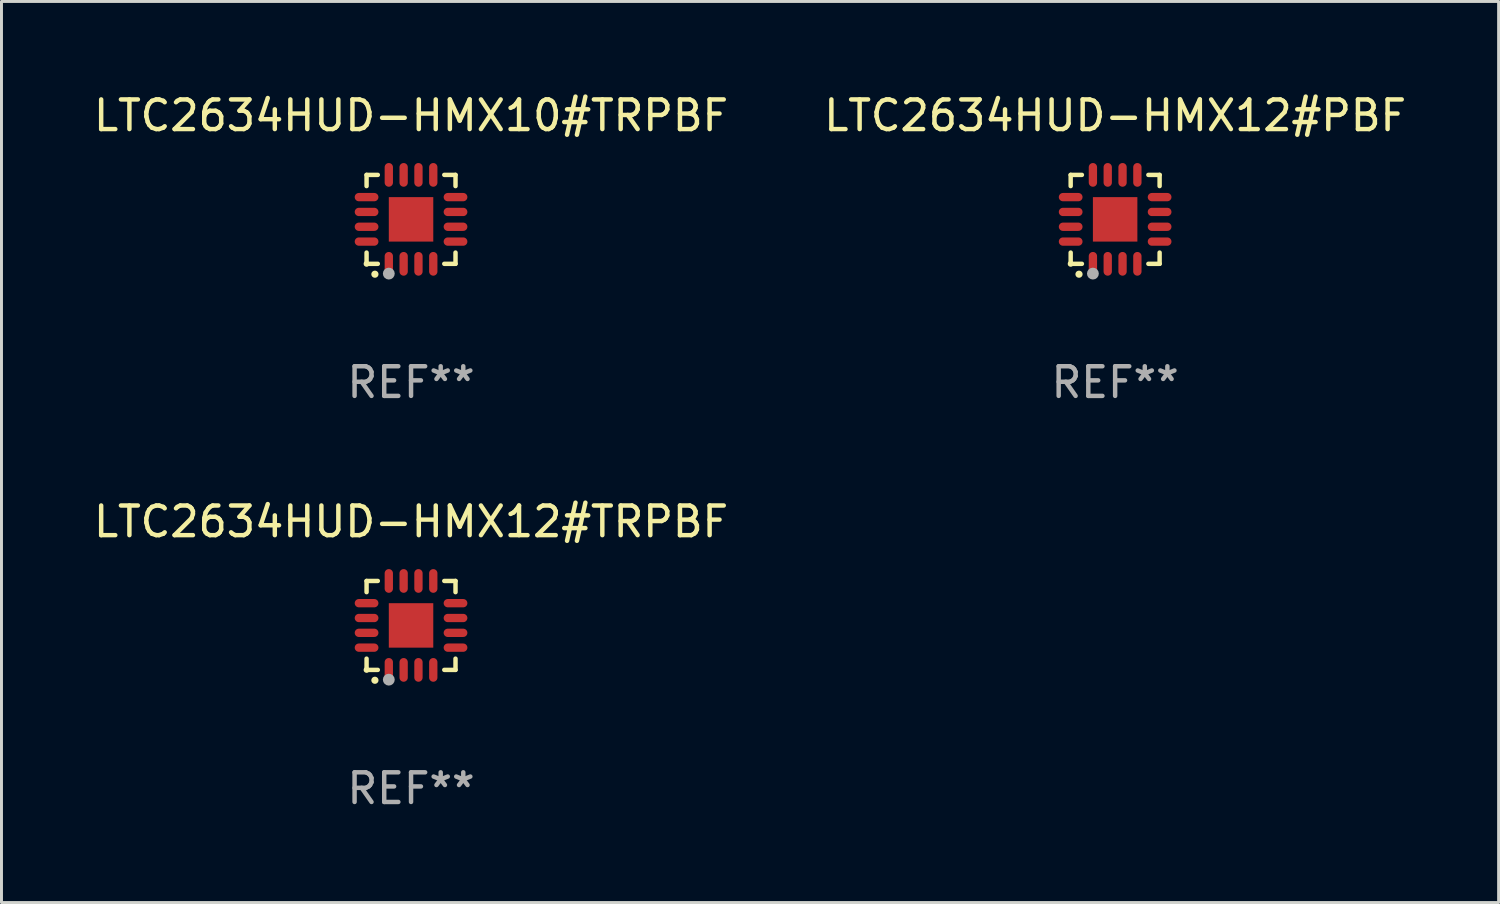
<source format=kicad_pcb>
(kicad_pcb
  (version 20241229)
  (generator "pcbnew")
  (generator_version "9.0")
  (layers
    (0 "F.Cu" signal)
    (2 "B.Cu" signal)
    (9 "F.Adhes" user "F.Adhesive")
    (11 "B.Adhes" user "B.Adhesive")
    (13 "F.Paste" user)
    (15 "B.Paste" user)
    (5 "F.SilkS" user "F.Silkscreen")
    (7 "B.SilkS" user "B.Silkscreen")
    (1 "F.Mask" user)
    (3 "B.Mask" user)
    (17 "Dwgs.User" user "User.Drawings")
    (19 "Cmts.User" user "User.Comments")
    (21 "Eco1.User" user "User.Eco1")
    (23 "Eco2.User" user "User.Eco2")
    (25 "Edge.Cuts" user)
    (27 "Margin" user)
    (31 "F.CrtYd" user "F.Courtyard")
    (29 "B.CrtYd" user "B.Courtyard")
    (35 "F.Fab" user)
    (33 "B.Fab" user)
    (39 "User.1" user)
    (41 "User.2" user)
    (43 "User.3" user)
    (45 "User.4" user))
  (footprint "LTC2634HUD-HMX10#TRPBF"
    (layer "F.Cu")
    (at 10.815 4.349)
    (property "Reference" "LTC2634HUD-HMX10#TRPBF" (at 0 -3.5 0) (layer "F.SilkS") (effects (font (size 1 1) (thickness 0.15))))
    (attr through_hole)
    (fp_line (start -1.5 -1.5) (end -1.121 -1.5) (stroke (width 0.15) (type solid)) (layer "F.SilkS"))
    (fp_line (start -1.5 -1.122) (end -1.5 -1.5) (stroke (width 0.15) (type solid)) (layer "F.SilkS"))
    (fp_line (start -1.5 1.5) (end -1.5 1.121) (stroke (width 0.15) (type solid)) (layer "F.SilkS"))
    (fp_line (start -1.121 1.5) (end -1.5 1.5) (stroke (width 0.15) (type solid)) (layer "F.SilkS"))
    (fp_line (start 1.121 -1.5) (end 1.5 -1.5) (stroke (width 0.15) (type solid)) (layer "F.SilkS"))
    (fp_line (start 1.5 -1.5) (end 1.5 -1.122) (stroke (width 0.15) (type solid)) (layer "F.SilkS"))
    (fp_line (start 1.5 1.121) (end 1.5 1.5) (stroke (width 0.15) (type solid)) (layer "F.SilkS"))
    (fp_line (start 1.5 1.5) (end 1.121 1.5) (stroke (width 0.15) (type solid)) (layer "F.SilkS"))
    (fp_arc (start -1.219926 1.850254) (mid -1.21891 1.85025) (end -1.217894 1.850254) (stroke (width 0.240005) (type solid)) (layer "F.SilkS"))
    (fp_circle (center -1.5 1.5) (end -1.45 1.5) (stroke (width 0.1) (type solid)) (fill no) (layer "F.SilkS"))
    (fp_circle (center -0.75 1.83) (end -0.65 1.83) (stroke (width 0.2) (type solid)) (fill no) (layer "F.Fab"))
    (fp_text user "REF**" (at 0 5.5 0) (layer "F.Fab") (effects (font (size 1 1) (thickness 0.15))))
    (pad "1" smd oval (at -0.75 1.5) (size 0.28 0.8) (layers "F.Cu" "F.Mask" "F.Paste"))
    (pad "2" smd oval (at -0.25 1.5) (size 0.28 0.8) (layers "F.Cu" "F.Mask" "F.Paste"))
    (pad "3" smd oval (at 0.25 1.5) (size 0.28 0.8) (layers "F.Cu" "F.Mask" "F.Paste"))
    (pad "4" smd oval (at 0.75 1.5) (size 0.28 0.8) (layers "F.Cu" "F.Mask" "F.Paste"))
    (pad "5" smd oval (at 1.5 0.75) (size 0.8 0.28) (layers "F.Cu" "F.Mask" "F.Paste"))
    (pad "6" smd oval (at 1.5 0.25) (size 0.8 0.28) (layers "F.Cu" "F.Mask" "F.Paste"))
    (pad "7" smd oval (at 1.5 -0.25) (size 0.8 0.28) (layers "F.Cu" "F.Mask" "F.Paste"))
    (pad "8" smd oval (at 1.5 -0.75) (size 0.8 0.28) (layers "F.Cu" "F.Mask" "F.Paste"))
    (pad "9" smd oval (at 0.75 -1.5) (size 0.28 0.8) (layers "F.Cu" "F.Mask" "F.Paste"))
    (pad "10" smd oval (at 0.25 -1.5) (size 0.28 0.8) (layers "F.Cu" "F.Mask" "F.Paste"))
    (pad "11" smd oval (at -0.25 -1.5) (size 0.28 0.8) (layers "F.Cu" "F.Mask" "F.Paste"))
    (pad "12" smd oval (at -0.75 -1.5) (size 0.28 0.8) (layers "F.Cu" "F.Mask" "F.Paste"))
    (pad "13" smd oval (at -1.5 -0.75) (size 0.8 0.28) (layers "F.Cu" "F.Mask" "F.Paste"))
    (pad "14" smd oval (at -1.5 -0.25) (size 0.8 0.28) (layers "F.Cu" "F.Mask" "F.Paste"))
    (pad "15" smd oval (at -1.5 0.25) (size 0.8 0.28) (layers "F.Cu" "F.Mask" "F.Paste"))
    (pad "16" smd oval (at -1.5 0.75) (size 0.8 0.28) (layers "F.Cu" "F.Mask" "F.Paste"))
    (pad "17" smd rect (at -0.000064 0.000165) (size 1.5 1.5) (layers "F.Cu" "F.Mask" "F.Paste")))
  (footprint "LTC2634HUD-HMX12#TRPBF"
    (layer "F.Cu")
    (at 10.815 18.046)
    (property "Reference" "LTC2634HUD-HMX12#TRPBF" (at 0 -3.5 0) (layer "F.SilkS") (effects (font (size 1 1) (thickness 0.15))))
    (attr through_hole)
    (fp_line (start -1.5 -1.5) (end -1.121 -1.5) (stroke (width 0.15) (type solid)) (layer "F.SilkS"))
    (fp_line (start -1.5 -1.122) (end -1.5 -1.5) (stroke (width 0.15) (type solid)) (layer "F.SilkS"))
    (fp_line (start -1.5 1.5) (end -1.5 1.121) (stroke (width 0.15) (type solid)) (layer "F.SilkS"))
    (fp_line (start -1.121 1.5) (end -1.5 1.5) (stroke (width 0.15) (type solid)) (layer "F.SilkS"))
    (fp_line (start 1.121 -1.5) (end 1.5 -1.5) (stroke (width 0.15) (type solid)) (layer "F.SilkS"))
    (fp_line (start 1.5 -1.5) (end 1.5 -1.122) (stroke (width 0.15) (type solid)) (layer "F.SilkS"))
    (fp_line (start 1.5 1.121) (end 1.5 1.5) (stroke (width 0.15) (type solid)) (layer "F.SilkS"))
    (fp_line (start 1.5 1.5) (end 1.121 1.5) (stroke (width 0.15) (type solid)) (layer "F.SilkS"))
    (fp_arc (start -1.219926 1.850254) (mid -1.21891 1.85025) (end -1.217894 1.850254) (stroke (width 0.240005) (type solid)) (layer "F.SilkS"))
    (fp_circle (center -1.5 1.5) (end -1.45 1.5) (stroke (width 0.1) (type solid)) (fill no) (layer "F.SilkS"))
    (fp_circle (center -0.75 1.83) (end -0.65 1.83) (stroke (width 0.2) (type solid)) (fill no) (layer "F.Fab"))
    (fp_text user "REF**" (at 0 5.5 0) (layer "F.Fab") (effects (font (size 1 1) (thickness 0.15))))
    (pad "1" smd oval (at -0.75 1.5) (size 0.28 0.8) (layers "F.Cu" "F.Mask" "F.Paste"))
    (pad "2" smd oval (at -0.25 1.5) (size 0.28 0.8) (layers "F.Cu" "F.Mask" "F.Paste"))
    (pad "3" smd oval (at 0.25 1.5) (size 0.28 0.8) (layers "F.Cu" "F.Mask" "F.Paste"))
    (pad "4" smd oval (at 0.75 1.5) (size 0.28 0.8) (layers "F.Cu" "F.Mask" "F.Paste"))
    (pad "5" smd oval (at 1.5 0.75) (size 0.8 0.28) (layers "F.Cu" "F.Mask" "F.Paste"))
    (pad "6" smd oval (at 1.5 0.25) (size 0.8 0.28) (layers "F.Cu" "F.Mask" "F.Paste"))
    (pad "7" smd oval (at 1.5 -0.25) (size 0.8 0.28) (layers "F.Cu" "F.Mask" "F.Paste"))
    (pad "8" smd oval (at 1.5 -0.75) (size 0.8 0.28) (layers "F.Cu" "F.Mask" "F.Paste"))
    (pad "9" smd oval (at 0.75 -1.5) (size 0.28 0.8) (layers "F.Cu" "F.Mask" "F.Paste"))
    (pad "10" smd oval (at 0.25 -1.5) (size 0.28 0.8) (layers "F.Cu" "F.Mask" "F.Paste"))
    (pad "11" smd oval (at -0.25 -1.5) (size 0.28 0.8) (layers "F.Cu" "F.Mask" "F.Paste"))
    (pad "12" smd oval (at -0.75 -1.5) (size 0.28 0.8) (layers "F.Cu" "F.Mask" "F.Paste"))
    (pad "13" smd oval (at -1.5 -0.75) (size 0.8 0.28) (layers "F.Cu" "F.Mask" "F.Paste"))
    (pad "14" smd oval (at -1.5 -0.25) (size 0.8 0.28) (layers "F.Cu" "F.Mask" "F.Paste"))
    (pad "15" smd oval (at -1.5 0.25) (size 0.8 0.28) (layers "F.Cu" "F.Mask" "F.Paste"))
    (pad "16" smd oval (at -1.5 0.75) (size 0.8 0.28) (layers "F.Cu" "F.Mask" "F.Paste"))
    (pad "17" smd rect (at -0.000064 0.000165) (size 1.5 1.5) (layers "F.Cu" "F.Mask" "F.Paste")))
  (footprint "LTC2634HUD-HMX12#PBF"
    (layer "F.Cu")
    (at 34.565 4.349)
    (property "Reference" "LTC2634HUD-HMX12#PBF" (at 0 -3.5 0) (layer "F.SilkS") (effects (font (size 1 1) (thickness 0.15))))
    (attr through_hole)
    (fp_line (start -1.5 -1.5) (end -1.121 -1.5) (stroke (width 0.15) (type solid)) (layer "F.SilkS"))
    (fp_line (start -1.5 -1.122) (end -1.5 -1.5) (stroke (width 0.15) (type solid)) (layer "F.SilkS"))
    (fp_line (start -1.5 1.5) (end -1.5 1.121) (stroke (width 0.15) (type solid)) (layer "F.SilkS"))
    (fp_line (start -1.121 1.5) (end -1.5 1.5) (stroke (width 0.15) (type solid)) (layer "F.SilkS"))
    (fp_line (start 1.121 -1.5) (end 1.5 -1.5) (stroke (width 0.15) (type solid)) (layer "F.SilkS"))
    (fp_line (start 1.5 -1.5) (end 1.5 -1.122) (stroke (width 0.15) (type solid)) (layer "F.SilkS"))
    (fp_line (start 1.5 1.121) (end 1.5 1.5) (stroke (width 0.15) (type solid)) (layer "F.SilkS"))
    (fp_line (start 1.5 1.5) (end 1.121 1.5) (stroke (width 0.15) (type solid)) (layer "F.SilkS"))
    (fp_arc (start -1.219926 1.850254) (mid -1.21891 1.85025) (end -1.217894 1.850254) (stroke (width 0.240005) (type solid)) (layer "F.SilkS"))
    (fp_circle (center -1.5 1.5) (end -1.45 1.5) (stroke (width 0.1) (type solid)) (fill no) (layer "F.SilkS"))
    (fp_circle (center -0.75 1.83) (end -0.65 1.83) (stroke (width 0.2) (type solid)) (fill no) (layer "F.Fab"))
    (fp_text user "REF**" (at 0 5.5 0) (layer "F.Fab") (effects (font (size 1 1) (thickness 0.15))))
    (pad "1" smd oval (at -0.75 1.5) (size 0.28 0.8) (layers "F.Cu" "F.Mask" "F.Paste"))
    (pad "2" smd oval (at -0.25 1.5) (size 0.28 0.8) (layers "F.Cu" "F.Mask" "F.Paste"))
    (pad "3" smd oval (at 0.25 1.5) (size 0.28 0.8) (layers "F.Cu" "F.Mask" "F.Paste"))
    (pad "4" smd oval (at 0.75 1.5) (size 0.28 0.8) (layers "F.Cu" "F.Mask" "F.Paste"))
    (pad "5" smd oval (at 1.5 0.75) (size 0.8 0.28) (layers "F.Cu" "F.Mask" "F.Paste"))
    (pad "6" smd oval (at 1.5 0.25) (size 0.8 0.28) (layers "F.Cu" "F.Mask" "F.Paste"))
    (pad "7" smd oval (at 1.5 -0.25) (size 0.8 0.28) (layers "F.Cu" "F.Mask" "F.Paste"))
    (pad "8" smd oval (at 1.5 -0.75) (size 0.8 0.28) (layers "F.Cu" "F.Mask" "F.Paste"))
    (pad "9" smd oval (at 0.75 -1.5) (size 0.28 0.8) (layers "F.Cu" "F.Mask" "F.Paste"))
    (pad "10" smd oval (at 0.25 -1.5) (size 0.28 0.8) (layers "F.Cu" "F.Mask" "F.Paste"))
    (pad "11" smd oval (at -0.25 -1.5) (size 0.28 0.8) (layers "F.Cu" "F.Mask" "F.Paste"))
    (pad "12" smd oval (at -0.75 -1.5) (size 0.28 0.8) (layers "F.Cu" "F.Mask" "F.Paste"))
    (pad "13" smd oval (at -1.5 -0.75) (size 0.8 0.28) (layers "F.Cu" "F.Mask" "F.Paste"))
    (pad "14" smd oval (at -1.5 -0.25) (size 0.8 0.28) (layers "F.Cu" "F.Mask" "F.Paste"))
    (pad "15" smd oval (at -1.5 0.25) (size 0.8 0.28) (layers "F.Cu" "F.Mask" "F.Paste"))
    (pad "16" smd oval (at -1.5 0.75) (size 0.8 0.28) (layers "F.Cu" "F.Mask" "F.Paste"))
    (pad "17" smd rect (at -0.000064 0.000165) (size 1.5 1.5) (layers "F.Cu" "F.Mask" "F.Paste")))
  (gr_rect
    (start -3 -3)
    (end 47.5 27.394)
    (stroke (width 0.1) (type default))
    (fill no)
    (layer "Edge.Cuts")))
</source>
